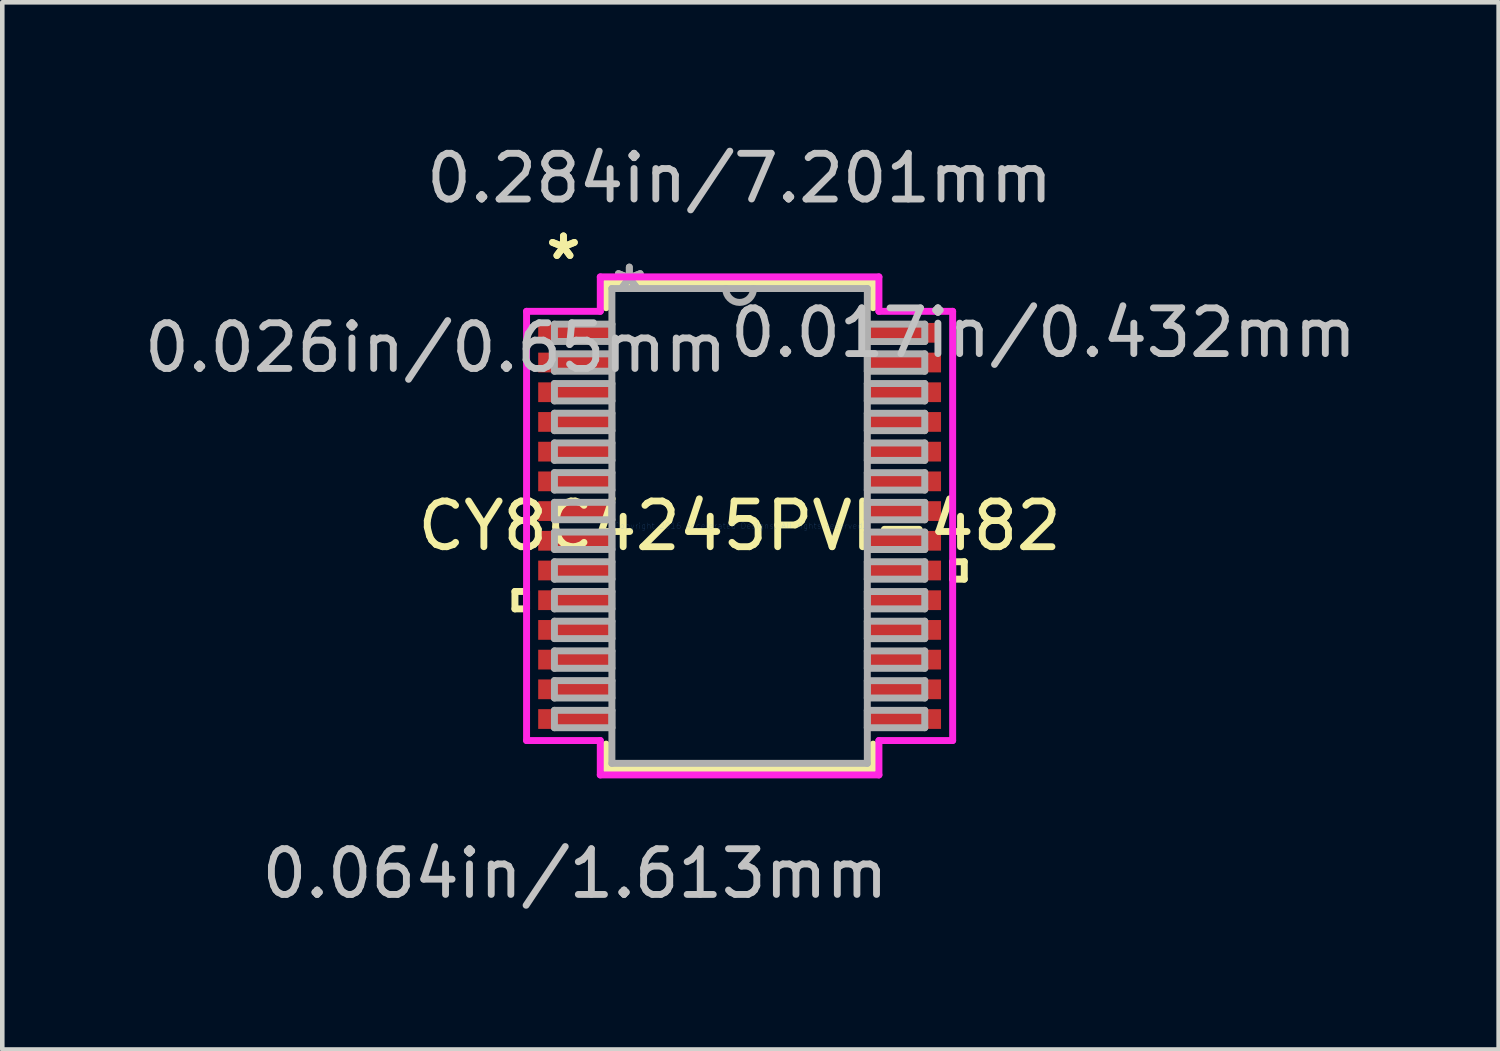
<source format=kicad_pcb>
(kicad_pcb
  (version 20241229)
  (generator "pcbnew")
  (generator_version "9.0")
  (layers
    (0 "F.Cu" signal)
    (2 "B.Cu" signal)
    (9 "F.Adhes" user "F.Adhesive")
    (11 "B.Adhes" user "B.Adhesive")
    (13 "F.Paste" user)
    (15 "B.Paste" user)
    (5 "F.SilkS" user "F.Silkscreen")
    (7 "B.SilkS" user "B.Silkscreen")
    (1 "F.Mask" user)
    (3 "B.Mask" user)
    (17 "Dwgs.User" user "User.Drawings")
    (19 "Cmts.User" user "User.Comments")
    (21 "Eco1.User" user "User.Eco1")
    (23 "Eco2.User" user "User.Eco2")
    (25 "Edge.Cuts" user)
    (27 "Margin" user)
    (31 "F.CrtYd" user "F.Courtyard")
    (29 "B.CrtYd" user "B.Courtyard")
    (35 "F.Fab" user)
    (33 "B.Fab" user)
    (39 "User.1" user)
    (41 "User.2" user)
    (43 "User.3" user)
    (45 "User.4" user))
  (footprint "CY8C4245PVI-482"
    (layer "F.Cu")
    (at 13.131 8.456)
    (property "Reference" "CY8C4245PVI-482" (at 0 0 0) (layer "F.SilkS") (effects (font (size 1 1) (thickness 0.15))))
    (attr through_hole)
    (fp_line (start -4.915 1.434) (end -4.915 1.815) (stroke (width 0.152) (type solid)) (layer "F.SilkS"))
    (fp_line (start -4.915 1.815) (end -4.661 1.815) (stroke (width 0.152) (type solid)) (layer "F.SilkS"))
    (fp_line (start -4.661 1.434) (end -4.915 1.434) (stroke (width 0.152) (type solid)) (layer "F.SilkS"))
    (fp_line (start -4.661 1.815) (end -4.661 1.434) (stroke (width 0.152) (type solid)) (layer "F.SilkS"))
    (fp_line (start -2.921 -5.321) (end -2.921 -4.774) (stroke (width 0.152) (type solid)) (layer "F.SilkS"))
    (fp_line (start -2.921 4.774) (end -2.921 5.321) (stroke (width 0.152) (type solid)) (layer "F.SilkS"))
    (fp_line (start -2.921 5.321) (end 2.921 5.321) (stroke (width 0.152) (type solid)) (layer "F.SilkS"))
    (fp_line (start 2.921 -5.321) (end -2.921 -5.321) (stroke (width 0.152) (type solid)) (layer "F.SilkS"))
    (fp_line (start 2.921 -4.774) (end 2.921 -5.321) (stroke (width 0.152) (type solid)) (layer "F.SilkS"))
    (fp_line (start 2.921 5.321) (end 2.921 4.774) (stroke (width 0.152) (type solid)) (layer "F.SilkS"))
    (fp_line (start 4.661 0.784) (end 4.915 0.784) (stroke (width 0.152) (type solid)) (layer "F.SilkS"))
    (fp_line (start 4.661 1.165) (end 4.661 0.784) (stroke (width 0.152) (type solid)) (layer "F.SilkS"))
    (fp_line (start 4.915 0.784) (end 4.915 1.165) (stroke (width 0.152) (type solid)) (layer "F.SilkS"))
    (fp_line (start 4.915 1.165) (end 4.661 1.165) (stroke (width 0.152) (type solid)) (layer "F.SilkS"))
    (fp_line (start -4.661 -4.695) (end -3.048 -4.695) (stroke (width 0.152) (type solid)) (layer "F.CrtYd"))
    (fp_line (start -4.661 4.695) (end -4.661 -4.695) (stroke (width 0.152) (type solid)) (layer "F.CrtYd"))
    (fp_line (start -3.048 -5.448) (end 3.048 -5.448) (stroke (width 0.152) (type solid)) (layer "F.CrtYd"))
    (fp_line (start -3.048 -4.695) (end -3.048 -5.448) (stroke (width 0.152) (type solid)) (layer "F.CrtYd"))
    (fp_line (start -3.048 4.695) (end -4.661 4.695) (stroke (width 0.152) (type solid)) (layer "F.CrtYd"))
    (fp_line (start -3.048 5.448) (end -3.048 4.695) (stroke (width 0.152) (type solid)) (layer "F.CrtYd"))
    (fp_line (start 3.048 -5.448) (end 3.048 -4.695) (stroke (width 0.152) (type solid)) (layer "F.CrtYd"))
    (fp_line (start 3.048 -4.695) (end 4.661 -4.695) (stroke (width 0.152) (type solid)) (layer "F.CrtYd"))
    (fp_line (start 3.048 4.695) (end 3.048 5.448) (stroke (width 0.152) (type solid)) (layer "F.CrtYd"))
    (fp_line (start 3.048 5.448) (end -3.048 5.448) (stroke (width 0.152) (type solid)) (layer "F.CrtYd"))
    (fp_line (start 4.661 -4.695) (end 4.661 4.695) (stroke (width 0.152) (type solid)) (layer "F.CrtYd"))
    (fp_line (start 4.661 4.695) (end 3.048 4.695) (stroke (width 0.152) (type solid)) (layer "F.CrtYd"))
    (fp_line (start -4.051 -4.415) (end -4.051 -4.035) (stroke (width 0.152) (type solid)) (layer "F.Fab"))
    (fp_line (start -4.051 -4.035) (end -2.794 -4.035) (stroke (width 0.152) (type solid)) (layer "F.Fab"))
    (fp_line (start -4.051 -3.765) (end -4.051 -3.385) (stroke (width 0.152) (type solid)) (layer "F.Fab"))
    (fp_line (start -4.051 -3.385) (end -2.794 -3.385) (stroke (width 0.152) (type solid)) (layer "F.Fab"))
    (fp_line (start -4.051 -3.115) (end -4.051 -2.735) (stroke (width 0.152) (type solid)) (layer "F.Fab"))
    (fp_line (start -4.051 -2.735) (end -2.794 -2.735) (stroke (width 0.152) (type solid)) (layer "F.Fab"))
    (fp_line (start -4.051 -2.466) (end -4.051 -2.084) (stroke (width 0.152) (type solid)) (layer "F.Fab"))
    (fp_line (start -4.051 -2.084) (end -2.794 -2.084) (stroke (width 0.152) (type solid)) (layer "F.Fab"))
    (fp_line (start -4.051 -1.816) (end -4.051 -1.435) (stroke (width 0.152) (type solid)) (layer "F.Fab"))
    (fp_line (start -4.051 -1.435) (end -2.794 -1.435) (stroke (width 0.152) (type solid)) (layer "F.Fab"))
    (fp_line (start -4.051 -1.166) (end -4.051 -0.785) (stroke (width 0.152) (type solid)) (layer "F.Fab"))
    (fp_line (start -4.051 -0.785) (end -2.794 -0.785) (stroke (width 0.152) (type solid)) (layer "F.Fab"))
    (fp_line (start -4.051 -0.516) (end -4.051 -0.135) (stroke (width 0.152) (type solid)) (layer "F.Fab"))
    (fp_line (start -4.051 -0.135) (end -2.794 -0.135) (stroke (width 0.152) (type solid)) (layer "F.Fab"))
    (fp_line (start -4.051 0.134) (end -4.051 0.515) (stroke (width 0.152) (type solid)) (layer "F.Fab"))
    (fp_line (start -4.051 0.515) (end -2.794 0.515) (stroke (width 0.152) (type solid)) (layer "F.Fab"))
    (fp_line (start -4.051 0.784) (end -4.051 1.165) (stroke (width 0.152) (type solid)) (layer "F.Fab"))
    (fp_line (start -4.051 1.165) (end -2.794 1.165) (stroke (width 0.152) (type solid)) (layer "F.Fab"))
    (fp_line (start -4.051 1.434) (end -4.051 1.815) (stroke (width 0.152) (type solid)) (layer "F.Fab"))
    (fp_line (start -4.051 1.815) (end -2.794 1.815) (stroke (width 0.152) (type solid)) (layer "F.Fab"))
    (fp_line (start -4.051 2.084) (end -4.051 2.465) (stroke (width 0.152) (type solid)) (layer "F.Fab"))
    (fp_line (start -4.051 2.465) (end -2.794 2.465) (stroke (width 0.152) (type solid)) (layer "F.Fab"))
    (fp_line (start -4.051 2.734) (end -4.051 3.115) (stroke (width 0.152) (type solid)) (layer "F.Fab"))
    (fp_line (start -4.051 3.115) (end -2.794 3.115) (stroke (width 0.152) (type solid)) (layer "F.Fab"))
    (fp_line (start -4.051 3.384) (end -4.051 3.765) (stroke (width 0.152) (type solid)) (layer "F.Fab"))
    (fp_line (start -4.051 3.765) (end -2.794 3.765) (stroke (width 0.152) (type solid)) (layer "F.Fab"))
    (fp_line (start -4.051 4.034) (end -4.051 4.415) (stroke (width 0.152) (type solid)) (layer "F.Fab"))
    (fp_line (start -4.051 4.415) (end -2.794 4.415) (stroke (width 0.152) (type solid)) (layer "F.Fab"))
    (fp_line (start -2.794 -5.194) (end -2.794 5.194) (stroke (width 0.152) (type solid)) (layer "F.Fab"))
    (fp_line (start -2.794 -4.415) (end -4.051 -4.415) (stroke (width 0.152) (type solid)) (layer "F.Fab"))
    (fp_line (start -2.794 -4.035) (end -2.794 -4.415) (stroke (width 0.152) (type solid)) (layer "F.Fab"))
    (fp_line (start -2.794 -3.765) (end -4.051 -3.765) (stroke (width 0.152) (type solid)) (layer "F.Fab"))
    (fp_line (start -2.794 -3.385) (end -2.794 -3.765) (stroke (width 0.152) (type solid)) (layer "F.Fab"))
    (fp_line (start -2.794 -3.115) (end -4.051 -3.115) (stroke (width 0.152) (type solid)) (layer "F.Fab"))
    (fp_line (start -2.794 -2.735) (end -2.794 -3.115) (stroke (width 0.152) (type solid)) (layer "F.Fab"))
    (fp_line (start -2.794 -2.466) (end -4.051 -2.466) (stroke (width 0.152) (type solid)) (layer "F.Fab"))
    (fp_line (start -2.794 -2.084) (end -2.794 -2.466) (stroke (width 0.152) (type solid)) (layer "F.Fab"))
    (fp_line (start -2.794 -1.816) (end -4.051 -1.816) (stroke (width 0.152) (type solid)) (layer "F.Fab"))
    (fp_line (start -2.794 -1.435) (end -2.794 -1.816) (stroke (width 0.152) (type solid)) (layer "F.Fab"))
    (fp_line (start -2.794 -1.166) (end -4.051 -1.166) (stroke (width 0.152) (type solid)) (layer "F.Fab"))
    (fp_line (start -2.794 -0.785) (end -2.794 -1.166) (stroke (width 0.152) (type solid)) (layer "F.Fab"))
    (fp_line (start -2.794 -0.516) (end -4.051 -0.516) (stroke (width 0.152) (type solid)) (layer "F.Fab"))
    (fp_line (start -2.794 -0.135) (end -2.794 -0.516) (stroke (width 0.152) (type solid)) (layer "F.Fab"))
    (fp_line (start -2.794 0.134) (end -4.051 0.134) (stroke (width 0.152) (type solid)) (layer "F.Fab"))
    (fp_line (start -2.794 0.515) (end -2.794 0.134) (stroke (width 0.152) (type solid)) (layer "F.Fab"))
    (fp_line (start -2.794 0.784) (end -4.051 0.784) (stroke (width 0.152) (type solid)) (layer "F.Fab"))
    (fp_line (start -2.794 1.165) (end -2.794 0.784) (stroke (width 0.152) (type solid)) (layer "F.Fab"))
    (fp_line (start -2.794 1.434) (end -4.051 1.434) (stroke (width 0.152) (type solid)) (layer "F.Fab"))
    (fp_line (start -2.794 1.815) (end -2.794 1.434) (stroke (width 0.152) (type solid)) (layer "F.Fab"))
    (fp_line (start -2.794 2.084) (end -4.051 2.084) (stroke (width 0.152) (type solid)) (layer "F.Fab"))
    (fp_line (start -2.794 2.465) (end -2.794 2.084) (stroke (width 0.152) (type solid)) (layer "F.Fab"))
    (fp_line (start -2.794 2.734) (end -4.051 2.734) (stroke (width 0.152) (type solid)) (layer "F.Fab"))
    (fp_line (start -2.794 3.115) (end -2.794 2.734) (stroke (width 0.152) (type solid)) (layer "F.Fab"))
    (fp_line (start -2.794 3.384) (end -4.051 3.384) (stroke (width 0.152) (type solid)) (layer "F.Fab"))
    (fp_line (start -2.794 3.765) (end -2.794 3.384) (stroke (width 0.152) (type solid)) (layer "F.Fab"))
    (fp_line (start -2.794 4.034) (end -4.051 4.034) (stroke (width 0.152) (type solid)) (layer "F.Fab"))
    (fp_line (start -2.794 4.415) (end -2.794 4.034) (stroke (width 0.152) (type solid)) (layer "F.Fab"))
    (fp_line (start -2.794 5.194) (end 2.794 5.194) (stroke (width 0.152) (type solid)) (layer "F.Fab"))
    (fp_line (start 2.794 -5.194) (end -2.794 -5.194) (stroke (width 0.152) (type solid)) (layer "F.Fab"))
    (fp_line (start 2.794 -4.415) (end 2.794 -4.034) (stroke (width 0.152) (type solid)) (layer "F.Fab"))
    (fp_line (start 2.794 -4.034) (end 4.051 -4.034) (stroke (width 0.152) (type solid)) (layer "F.Fab"))
    (fp_line (start 2.794 -3.765) (end 2.794 -3.384) (stroke (width 0.152) (type solid)) (layer "F.Fab"))
    (fp_line (start 2.794 -3.384) (end 4.051 -3.384) (stroke (width 0.152) (type solid)) (layer "F.Fab"))
    (fp_line (start 2.794 -3.115) (end 2.794 -2.734) (stroke (width 0.152) (type solid)) (layer "F.Fab"))
    (fp_line (start 2.794 -2.734) (end 4.051 -2.734) (stroke (width 0.152) (type solid)) (layer "F.Fab"))
    (fp_line (start 2.794 -2.465) (end 2.794 -2.084) (stroke (width 0.152) (type solid)) (layer "F.Fab"))
    (fp_line (start 2.794 -2.084) (end 4.051 -2.084) (stroke (width 0.152) (type solid)) (layer "F.Fab"))
    (fp_line (start 2.794 -1.815) (end 2.794 -1.434) (stroke (width 0.152) (type solid)) (layer "F.Fab"))
    (fp_line (start 2.794 -1.434) (end 4.051 -1.434) (stroke (width 0.152) (type solid)) (layer "F.Fab"))
    (fp_line (start 2.794 -1.165) (end 2.794 -0.784) (stroke (width 0.152) (type solid)) (layer "F.Fab"))
    (fp_line (start 2.794 -0.784) (end 4.051 -0.784) (stroke (width 0.152) (type solid)) (layer "F.Fab"))
    (fp_line (start 2.794 -0.515) (end 2.794 -0.134) (stroke (width 0.152) (type solid)) (layer "F.Fab"))
    (fp_line (start 2.794 -0.134) (end 4.051 -0.134) (stroke (width 0.152) (type solid)) (layer "F.Fab"))
    (fp_line (start 2.794 0.135) (end 2.794 0.516) (stroke (width 0.152) (type solid)) (layer "F.Fab"))
    (fp_line (start 2.794 0.516) (end 4.051 0.516) (stroke (width 0.152) (type solid)) (layer "F.Fab"))
    (fp_line (start 2.794 0.784) (end 2.794 1.165) (stroke (width 0.152) (type solid)) (layer "F.Fab"))
    (fp_line (start 2.794 1.165) (end 4.051 1.165) (stroke (width 0.152) (type solid)) (layer "F.Fab"))
    (fp_line (start 2.794 1.435) (end 2.794 1.815) (stroke (width 0.152) (type solid)) (layer "F.Fab"))
    (fp_line (start 2.794 1.815) (end 4.051 1.815) (stroke (width 0.152) (type solid)) (layer "F.Fab"))
    (fp_line (start 2.794 2.084) (end 2.794 2.466) (stroke (width 0.152) (type solid)) (layer "F.Fab"))
    (fp_line (start 2.794 2.466) (end 4.051 2.466) (stroke (width 0.152) (type solid)) (layer "F.Fab"))
    (fp_line (start 2.794 2.735) (end 2.794 3.115) (stroke (width 0.152) (type solid)) (layer "F.Fab"))
    (fp_line (start 2.794 3.115) (end 4.051 3.115) (stroke (width 0.152) (type solid)) (layer "F.Fab"))
    (fp_line (start 2.794 3.385) (end 2.794 3.765) (stroke (width 0.152) (type solid)) (layer "F.Fab"))
    (fp_line (start 2.794 3.765) (end 4.051 3.765) (stroke (width 0.152) (type solid)) (layer "F.Fab"))
    (fp_line (start 2.794 4.035) (end 2.794 4.415) (stroke (width 0.152) (type solid)) (layer "F.Fab"))
    (fp_line (start 2.794 4.415) (end 4.051 4.415) (stroke (width 0.152) (type solid)) (layer "F.Fab"))
    (fp_line (start 2.794 5.194) (end 2.794 -5.194) (stroke (width 0.152) (type solid)) (layer "F.Fab"))
    (fp_line (start 4.051 -4.415) (end 2.794 -4.415) (stroke (width 0.152) (type solid)) (layer "F.Fab"))
    (fp_line (start 4.051 -4.034) (end 4.051 -4.415) (stroke (width 0.152) (type solid)) (layer "F.Fab"))
    (fp_line (start 4.051 -3.765) (end 2.794 -3.765) (stroke (width 0.152) (type solid)) (layer "F.Fab"))
    (fp_line (start 4.051 -3.384) (end 4.051 -3.765) (stroke (width 0.152) (type solid)) (layer "F.Fab"))
    (fp_line (start 4.051 -3.115) (end 2.794 -3.115) (stroke (width 0.152) (type solid)) (layer "F.Fab"))
    (fp_line (start 4.051 -2.734) (end 4.051 -3.115) (stroke (width 0.152) (type solid)) (layer "F.Fab"))
    (fp_line (start 4.051 -2.465) (end 2.794 -2.465) (stroke (width 0.152) (type solid)) (layer "F.Fab"))
    (fp_line (start 4.051 -2.084) (end 4.051 -2.465) (stroke (width 0.152) (type solid)) (layer "F.Fab"))
    (fp_line (start 4.051 -1.815) (end 2.794 -1.815) (stroke (width 0.152) (type solid)) (layer "F.Fab"))
    (fp_line (start 4.051 -1.434) (end 4.051 -1.815) (stroke (width 0.152) (type solid)) (layer "F.Fab"))
    (fp_line (start 4.051 -1.165) (end 2.794 -1.165) (stroke (width 0.152) (type solid)) (layer "F.Fab"))
    (fp_line (start 4.051 -0.784) (end 4.051 -1.165) (stroke (width 0.152) (type solid)) (layer "F.Fab"))
    (fp_line (start 4.051 -0.515) (end 2.794 -0.515) (stroke (width 0.152) (type solid)) (layer "F.Fab"))
    (fp_line (start 4.051 -0.134) (end 4.051 -0.515) (stroke (width 0.152) (type solid)) (layer "F.Fab"))
    (fp_line (start 4.051 0.135) (end 2.794 0.135) (stroke (width 0.152) (type solid)) (layer "F.Fab"))
    (fp_line (start 4.051 0.516) (end 4.051 0.135) (stroke (width 0.152) (type solid)) (layer "F.Fab"))
    (fp_line (start 4.051 0.784) (end 2.794 0.784) (stroke (width 0.152) (type solid)) (layer "F.Fab"))
    (fp_line (start 4.051 1.165) (end 4.051 0.784) (stroke (width 0.152) (type solid)) (layer "F.Fab"))
    (fp_line (start 4.051 1.435) (end 2.794 1.435) (stroke (width 0.152) (type solid)) (layer "F.Fab"))
    (fp_line (start 4.051 1.815) (end 4.051 1.435) (stroke (width 0.152) (type solid)) (layer "F.Fab"))
    (fp_line (start 4.051 2.084) (end 2.794 2.084) (stroke (width 0.152) (type solid)) (layer "F.Fab"))
    (fp_line (start 4.051 2.466) (end 4.051 2.084) (stroke (width 0.152) (type solid)) (layer "F.Fab"))
    (fp_line (start 4.051 2.735) (end 2.794 2.735) (stroke (width 0.152) (type solid)) (layer "F.Fab"))
    (fp_line (start 4.051 3.115) (end 4.051 2.735) (stroke (width 0.152) (type solid)) (layer "F.Fab"))
    (fp_line (start 4.051 3.385) (end 2.794 3.385) (stroke (width 0.152) (type solid)) (layer "F.Fab"))
    (fp_line (start 4.051 3.765) (end 4.051 3.385) (stroke (width 0.152) (type solid)) (layer "F.Fab"))
    (fp_line (start 4.051 4.035) (end 2.794 4.035) (stroke (width 0.152) (type solid)) (layer "F.Fab"))
    (fp_line (start 4.051 4.415) (end 4.051 4.035) (stroke (width 0.152) (type solid)) (layer "F.Fab"))
    (fp_arc (start 0.3048 -5.1943) (mid 0 -4.8895) (end -0.3048 -5.1943) (stroke (width 0.1524) (type solid)) (layer "F.Fab"))
    (fp_text user "*" (at -3.854 -5.8 0) (layer "F.SilkS") (effects (font (size 1 1) (thickness 0.15))))
    (fp_text user "*" (at -3.854 -5.8 0) (layer "F.SilkS") (effects (font (size 1 1) (thickness 0.15))))
    (fp_text user "0.017in/0.432mm" (at 6.648 -4.225 0) (layer "Dwgs.User") (effects (font (size 1 1) (thickness 0.15))))
    (fp_text user "0.284in/7.201mm" (at 0 -7.607 0) (layer "Dwgs.User") (effects (font (size 1 1) (thickness 0.15))))
    (fp_text user "0.026in/0.65mm" (at -6.648 -3.9 0) (layer "Dwgs.User") (effects (font (size 1 1) (thickness 0.15))))
    (fp_text user "0.064in/1.613mm" (at -3.6 7.607 0) (layer "Dwgs.User") (effects (font (size 1 1) (thickness 0.15))))
    (fp_text user "Copyright 2016 Accelerated Designs. All rights reserved." (at 0 0 0) (layer "Cmts.User") (effects (font (size 0.127 0.127) (thickness 0.002))))
    (fp_text user "*" (at -2.413 -5.118 0) (layer "F.Fab") (effects (font (size 1 1) (thickness 0.15))))
    (fp_text user "*" (at -2.413 -5.118 0) (layer "F.Fab") (effects (font (size 1 1) (thickness 0.15))))
    (pad "1" smd rect (at -3.6 -4.225) (size 1.613 0.432) (layers "F.Cu" "F.Mask" "F.Paste"))
    (pad "2" smd rect (at -3.6 -3.575) (size 1.613 0.432) (layers "F.Cu" "F.Mask" "F.Paste"))
    (pad "3" smd rect (at -3.6 -2.925) (size 1.613 0.432) (layers "F.Cu" "F.Mask" "F.Paste"))
    (pad "4" smd rect (at -3.6 -2.275) (size 1.613 0.432) (layers "F.Cu" "F.Mask" "F.Paste"))
    (pad "5" smd rect (at -3.6 -1.625) (size 1.613 0.432) (layers "F.Cu" "F.Mask" "F.Paste"))
    (pad "6" smd rect (at -3.6 -0.975) (size 1.613 0.432) (layers "F.Cu" "F.Mask" "F.Paste"))
    (pad "7" smd rect (at -3.6 -0.325) (size 1.613 0.432) (layers "F.Cu" "F.Mask" "F.Paste"))
    (pad "8" smd rect (at -3.6 0.325) (size 1.613 0.432) (layers "F.Cu" "F.Mask" "F.Paste"))
    (pad "9" smd rect (at -3.6 0.975) (size 1.613 0.432) (layers "F.Cu" "F.Mask" "F.Paste"))
    (pad "10" smd rect (at -3.6 1.625) (size 1.613 0.432) (layers "F.Cu" "F.Mask" "F.Paste"))
    (pad "11" smd rect (at -3.6 2.275) (size 1.613 0.432) (layers "F.Cu" "F.Mask" "F.Paste"))
    (pad "12" smd rect (at -3.6 2.925) (size 1.613 0.432) (layers "F.Cu" "F.Mask" "F.Paste"))
    (pad "13" smd rect (at -3.6 3.575) (size 1.613 0.432) (layers "F.Cu" "F.Mask" "F.Paste"))
    (pad "14" smd rect (at -3.6 4.225) (size 1.613 0.432) (layers "F.Cu" "F.Mask" "F.Paste"))
    (pad "15" smd rect (at 3.6 4.225) (size 1.613 0.432) (layers "F.Cu" "F.Mask" "F.Paste"))
    (pad "16" smd rect (at 3.6 3.575) (size 1.613 0.432) (layers "F.Cu" "F.Mask" "F.Paste"))
    (pad "17" smd rect (at 3.6 2.925) (size 1.613 0.432) (layers "F.Cu" "F.Mask" "F.Paste"))
    (pad "18" smd rect (at 3.6 2.275) (size 1.613 0.432) (layers "F.Cu" "F.Mask" "F.Paste"))
    (pad "19" smd rect (at 3.6 1.625) (size 1.613 0.432) (layers "F.Cu" "F.Mask" "F.Paste"))
    (pad "20" smd rect (at 3.6 0.975) (size 1.613 0.432) (layers "F.Cu" "F.Mask" "F.Paste"))
    (pad "21" smd rect (at 3.6 0.325) (size 1.613 0.432) (layers "F.Cu" "F.Mask" "F.Paste"))
    (pad "22" smd rect (at 3.6 -0.325) (size 1.613 0.432) (layers "F.Cu" "F.Mask" "F.Paste"))
    (pad "23" smd rect (at 3.6 -0.975) (size 1.613 0.432) (layers "F.Cu" "F.Mask" "F.Paste"))
    (pad "24" smd rect (at 3.6 -1.625) (size 1.613 0.432) (layers "F.Cu" "F.Mask" "F.Paste"))
    (pad "25" smd rect (at 3.6 -2.275) (size 1.613 0.432) (layers "F.Cu" "F.Mask" "F.Paste"))
    (pad "26" smd rect (at 3.6 -2.925) (size 1.613 0.432) (layers "F.Cu" "F.Mask" "F.Paste"))
    (pad "27" smd rect (at 3.6 -3.575) (size 1.613 0.432) (layers "F.Cu" "F.Mask" "F.Paste"))
    (pad "28" smd rect (at 3.6 -4.225) (size 1.613 0.432) (layers "F.Cu" "F.Mask" "F.Paste")))
  (gr_rect
    (start -3 -3)
    (end 29.737 19.911)
    (stroke (width 0.1) (type default))
    (fill no)
    (layer "Edge.Cuts")))
</source>
